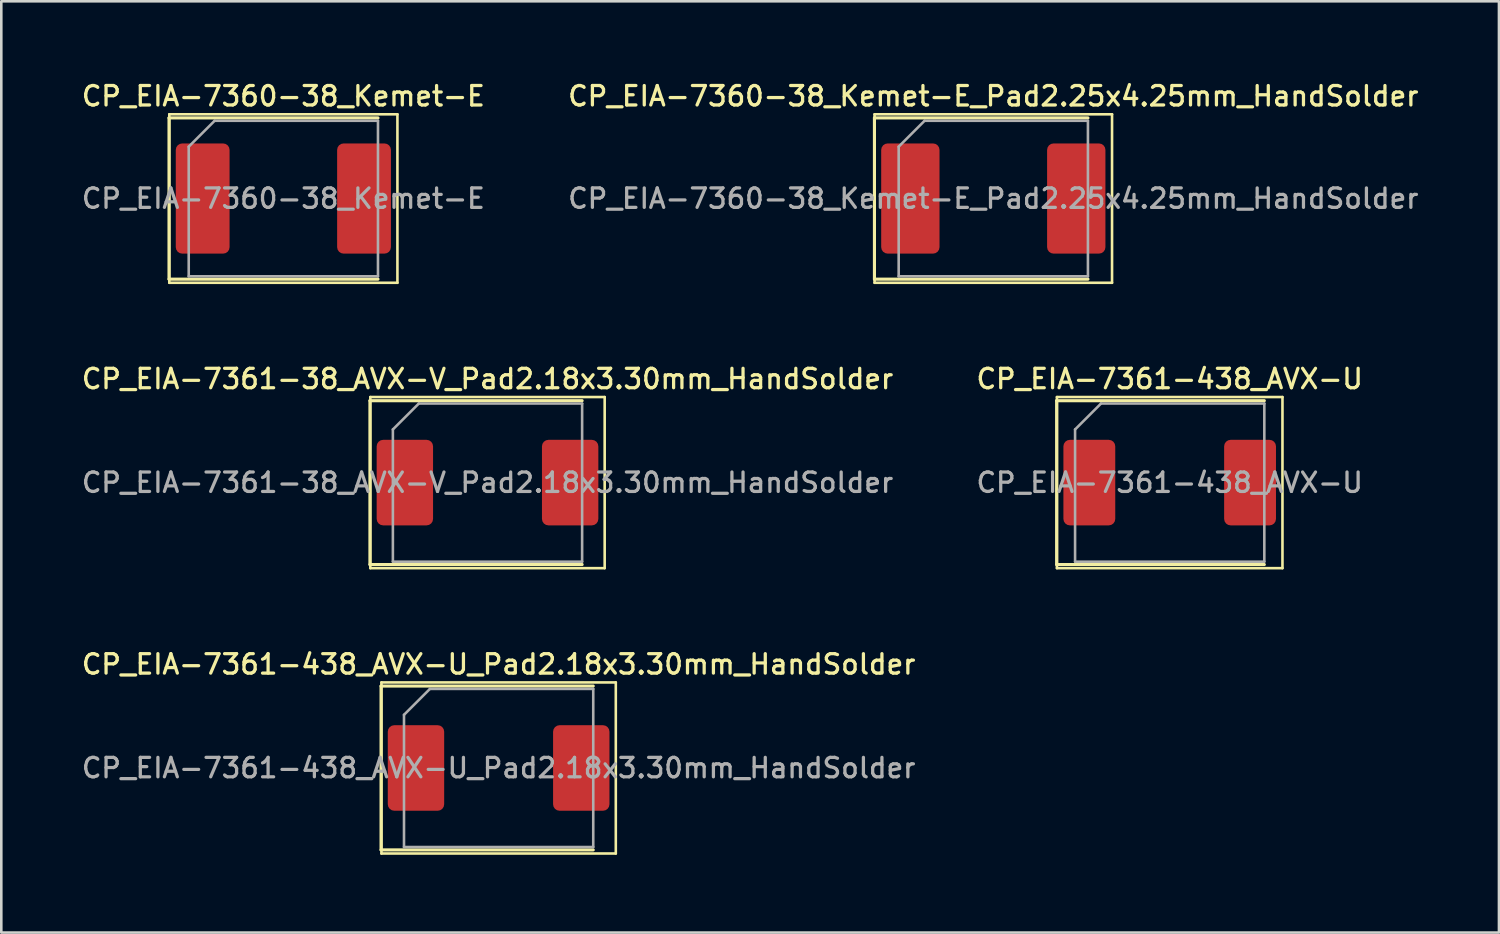
<source format=kicad_pcb>
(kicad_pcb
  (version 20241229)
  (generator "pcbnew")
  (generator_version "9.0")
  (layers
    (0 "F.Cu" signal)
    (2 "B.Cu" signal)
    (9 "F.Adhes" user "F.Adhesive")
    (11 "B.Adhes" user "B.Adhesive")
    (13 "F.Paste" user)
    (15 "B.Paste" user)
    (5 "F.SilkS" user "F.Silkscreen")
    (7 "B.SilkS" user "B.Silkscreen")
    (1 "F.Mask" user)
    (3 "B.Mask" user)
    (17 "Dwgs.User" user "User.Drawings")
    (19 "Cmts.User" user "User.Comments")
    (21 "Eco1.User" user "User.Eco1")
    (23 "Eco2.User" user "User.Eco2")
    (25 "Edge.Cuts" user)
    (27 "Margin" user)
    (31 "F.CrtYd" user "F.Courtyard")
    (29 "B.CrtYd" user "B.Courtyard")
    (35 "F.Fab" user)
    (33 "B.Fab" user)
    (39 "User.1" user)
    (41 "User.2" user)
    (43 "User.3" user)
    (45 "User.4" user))
  (footprint "CP_EIA-7361-438_AVX-U_Pad2.18x3.30mm_HandSolder"
    (layer "F.Cu")
    (at 16.184 26.574)
    (property "Reference" "CP_EIA-7361-438_AVX-U_Pad2.18x3.30mm_HandSolder" (at 0 -4 0) (layer "F.SilkS") (effects (font (size 0.75 0.75) (thickness 0.125))))
    (attr smd)
    (fp_line (start -4.535 -3.16) (end -4.535 3.16) (stroke (width 0.12) (type solid)) (layer "F.SilkS"))
    (fp_line (start -4.535 3.16) (end 3.65 3.16) (stroke (width 0.12) (type solid)) (layer "F.SilkS"))
    (fp_line (start -4.52 -3.3) (end 4.52 -3.3) (stroke (width 0.1) (type solid)) (layer "F.SilkS"))
    (fp_line (start -4.52 3.3) (end -4.52 -3.3) (stroke (width 0.1) (type solid)) (layer "F.SilkS"))
    (fp_line (start 3.65 -3.16) (end -4.535 -3.16) (stroke (width 0.12) (type solid)) (layer "F.SilkS"))
    (fp_line (start 4.52 -3.3) (end 4.52 3.3) (stroke (width 0.1) (type solid)) (layer "F.SilkS"))
    (fp_line (start 4.52 3.3) (end -4.52 3.3) (stroke (width 0.1) (type solid)) (layer "F.SilkS"))
    (fp_line (start -3.65 -2.05) (end -3.65 3.05) (stroke (width 0.1) (type solid)) (layer "F.Fab"))
    (fp_line (start -3.65 3.05) (end 3.65 3.05) (stroke (width 0.1) (type solid)) (layer "F.Fab"))
    (fp_line (start -2.65 -3.05) (end -3.65 -2.05) (stroke (width 0.1) (type solid)) (layer "F.Fab"))
    (fp_line (start 3.65 -3.05) (end -2.65 -3.05) (stroke (width 0.1) (type solid)) (layer "F.Fab"))
    (fp_line (start 3.65 3.05) (end 3.65 -3.05) (stroke (width 0.1) (type solid)) (layer "F.Fab"))
    (fp_text user "${REFERENCE}" (at 0 0 0) (layer "F.Fab") (effects (font (size 0.75 0.75) (thickness 0.125))))
    (pad "1" smd roundrect (at -3.188 0) (size 2.175 3.3) (layers "F.Cu" "F.Mask" "F.Paste") (roundrect_rratio 0.115))
    (pad "2" smd roundrect (at 3.188 0) (size 2.175 3.3) (layers "F.Cu" "F.Mask" "F.Paste") (roundrect_rratio 0.115)))
  (footprint "CP_EIA-7361-438_AVX-U"
    (layer "F.Cu")
    (at 42.07 15.566)
    (property "Reference" "CP_EIA-7361-438_AVX-U" (at 0 -4 0) (layer "F.SilkS") (effects (font (size 0.75 0.75) (thickness 0.125))))
    (attr smd)
    (fp_line (start -4.36 -3.16) (end -4.36 3.16) (stroke (width 0.12) (type solid)) (layer "F.SilkS"))
    (fp_line (start -4.36 3.16) (end 3.65 3.16) (stroke (width 0.12) (type solid)) (layer "F.SilkS"))
    (fp_line (start -4.35 -3.3) (end 4.35 -3.3) (stroke (width 0.1) (type solid)) (layer "F.SilkS"))
    (fp_line (start -4.35 3.3) (end -4.35 -3.3) (stroke (width 0.1) (type solid)) (layer "F.SilkS"))
    (fp_line (start 3.65 -3.16) (end -4.36 -3.16) (stroke (width 0.12) (type solid)) (layer "F.SilkS"))
    (fp_line (start 4.35 -3.3) (end 4.35 3.3) (stroke (width 0.1) (type solid)) (layer "F.SilkS"))
    (fp_line (start 4.35 3.3) (end -4.35 3.3) (stroke (width 0.1) (type solid)) (layer "F.SilkS"))
    (fp_line (start -3.65 -2.05) (end -3.65 3.05) (stroke (width 0.1) (type solid)) (layer "F.Fab"))
    (fp_line (start -3.65 3.05) (end 3.65 3.05) (stroke (width 0.1) (type solid)) (layer "F.Fab"))
    (fp_line (start -2.65 -3.05) (end -3.65 -2.05) (stroke (width 0.1) (type solid)) (layer "F.Fab"))
    (fp_line (start 3.65 -3.05) (end -2.65 -3.05) (stroke (width 0.1) (type solid)) (layer "F.Fab"))
    (fp_line (start 3.65 3.05) (end 3.65 -3.05) (stroke (width 0.1) (type solid)) (layer "F.Fab"))
    (fp_text user "${REFERENCE}" (at 0 0 0) (layer "F.Fab") (effects (font (size 0.75 0.75) (thickness 0.125))))
    (pad "1" smd roundrect (at -3.1 0) (size 2 3.3) (layers "F.Cu" "F.Mask" "F.Paste") (roundrect_rratio 0.125))
    (pad "2" smd roundrect (at 3.1 0) (size 2 3.3) (layers "F.Cu" "F.Mask" "F.Paste") (roundrect_rratio 0.125)))
  (footprint "CP_EIA-7360-38_Kemet-E"
    (layer "F.Cu")
    (at 7.88 4.608)
    (property "Reference" "CP_EIA-7360-38_Kemet-E" (at 0 -3.95 0) (layer "F.SilkS") (effects (font (size 0.75 0.75) (thickness 0.125))))
    (attr smd)
    (fp_line (start -4.41 -3.11) (end -4.41 3.11) (stroke (width 0.12) (type solid)) (layer "F.SilkS"))
    (fp_line (start -4.41 3.11) (end 3.65 3.11) (stroke (width 0.12) (type solid)) (layer "F.SilkS"))
    (fp_line (start -4.4 -3.25) (end 4.4 -3.25) (stroke (width 0.1) (type solid)) (layer "F.SilkS"))
    (fp_line (start -4.4 3.25) (end -4.4 -3.25) (stroke (width 0.1) (type solid)) (layer "F.SilkS"))
    (fp_line (start 3.65 -3.11) (end -4.41 -3.11) (stroke (width 0.12) (type solid)) (layer "F.SilkS"))
    (fp_line (start 4.4 -3.25) (end 4.4 3.25) (stroke (width 0.1) (type solid)) (layer "F.SilkS"))
    (fp_line (start 4.4 3.25) (end -4.4 3.25) (stroke (width 0.1) (type solid)) (layer "F.SilkS"))
    (fp_line (start -3.65 -2) (end -3.65 3) (stroke (width 0.1) (type solid)) (layer "F.Fab"))
    (fp_line (start -3.65 3) (end 3.65 3) (stroke (width 0.1) (type solid)) (layer "F.Fab"))
    (fp_line (start -2.65 -3) (end -3.65 -2) (stroke (width 0.1) (type solid)) (layer "F.Fab"))
    (fp_line (start 3.65 -3) (end -2.65 -3) (stroke (width 0.1) (type solid)) (layer "F.Fab"))
    (fp_line (start 3.65 3) (end 3.65 -3) (stroke (width 0.1) (type solid)) (layer "F.Fab"))
    (fp_text user "${REFERENCE}" (at 0 0 0) (layer "F.Fab") (effects (font (size 0.75 0.75) (thickness 0.125))))
    (pad "1" smd roundrect (at -3.112 0) (size 2.075 4.25) (layers "F.Cu" "F.Mask" "F.Paste") (roundrect_rratio 0.12))
    (pad "2" smd roundrect (at 3.112 0) (size 2.075 4.25) (layers "F.Cu" "F.Mask" "F.Paste") (roundrect_rratio 0.12)))
  (footprint "CP_EIA-7360-38_Kemet-E_Pad2.25x4.25mm_HandSolder"
    (layer "F.Cu")
    (at 35.266 4.608)
    (property "Reference" "CP_EIA-7360-38_Kemet-E_Pad2.25x4.25mm_HandSolder" (at 0 -3.95 0) (layer "F.SilkS") (effects (font (size 0.75 0.75) (thickness 0.125))))
    (attr smd)
    (fp_line (start -4.585 -3.11) (end -4.585 3.11) (stroke (width 0.12) (type solid)) (layer "F.SilkS"))
    (fp_line (start -4.585 3.11) (end 3.65 3.11) (stroke (width 0.12) (type solid)) (layer "F.SilkS"))
    (fp_line (start -4.58 -3.25) (end 4.58 -3.25) (stroke (width 0.1) (type solid)) (layer "F.SilkS"))
    (fp_line (start -4.58 3.25) (end -4.58 -3.25) (stroke (width 0.1) (type solid)) (layer "F.SilkS"))
    (fp_line (start 3.65 -3.11) (end -4.585 -3.11) (stroke (width 0.12) (type solid)) (layer "F.SilkS"))
    (fp_line (start 4.58 -3.25) (end 4.58 3.25) (stroke (width 0.1) (type solid)) (layer "F.SilkS"))
    (fp_line (start 4.58 3.25) (end -4.58 3.25) (stroke (width 0.1) (type solid)) (layer "F.SilkS"))
    (fp_line (start -3.65 -2) (end -3.65 3) (stroke (width 0.1) (type solid)) (layer "F.Fab"))
    (fp_line (start -3.65 3) (end 3.65 3) (stroke (width 0.1) (type solid)) (layer "F.Fab"))
    (fp_line (start -2.65 -3) (end -3.65 -2) (stroke (width 0.1) (type solid)) (layer "F.Fab"))
    (fp_line (start 3.65 -3) (end -2.65 -3) (stroke (width 0.1) (type solid)) (layer "F.Fab"))
    (fp_line (start 3.65 3) (end 3.65 -3) (stroke (width 0.1) (type solid)) (layer "F.Fab"))
    (fp_text user "${REFERENCE}" (at 0 0 0) (layer "F.Fab") (effects (font (size 0.75 0.75) (thickness 0.125))))
    (pad "1" smd roundrect (at -3.2 0) (size 2.25 4.25) (layers "F.Cu" "F.Mask" "F.Paste") (roundrect_rratio 0.111))
    (pad "2" smd roundrect (at 3.2 0) (size 2.25 4.25) (layers "F.Cu" "F.Mask" "F.Paste") (roundrect_rratio 0.111)))
  (footprint "CP_EIA-7361-38_AVX-V_Pad2.18x3.30mm_HandSolder"
    (layer "F.Cu")
    (at 15.755 15.566)
    (property "Reference" "CP_EIA-7361-38_AVX-V_Pad2.18x3.30mm_HandSolder" (at 0 -4 0) (layer "F.SilkS") (effects (font (size 0.75 0.75) (thickness 0.125))))
    (attr smd)
    (fp_line (start -4.535 -3.16) (end -4.535 3.16) (stroke (width 0.12) (type solid)) (layer "F.SilkS"))
    (fp_line (start -4.535 3.16) (end 3.65 3.16) (stroke (width 0.12) (type solid)) (layer "F.SilkS"))
    (fp_line (start -4.52 -3.3) (end 4.52 -3.3) (stroke (width 0.1) (type solid)) (layer "F.SilkS"))
    (fp_line (start -4.52 3.3) (end -4.52 -3.3) (stroke (width 0.1) (type solid)) (layer "F.SilkS"))
    (fp_line (start 3.65 -3.16) (end -4.535 -3.16) (stroke (width 0.12) (type solid)) (layer "F.SilkS"))
    (fp_line (start 4.52 -3.3) (end 4.52 3.3) (stroke (width 0.1) (type solid)) (layer "F.SilkS"))
    (fp_line (start 4.52 3.3) (end -4.52 3.3) (stroke (width 0.1) (type solid)) (layer "F.SilkS"))
    (fp_line (start -3.65 -2.05) (end -3.65 3.05) (stroke (width 0.1) (type solid)) (layer "F.Fab"))
    (fp_line (start -3.65 3.05) (end 3.65 3.05) (stroke (width 0.1) (type solid)) (layer "F.Fab"))
    (fp_line (start -2.65 -3.05) (end -3.65 -2.05) (stroke (width 0.1) (type solid)) (layer "F.Fab"))
    (fp_line (start 3.65 -3.05) (end -2.65 -3.05) (stroke (width 0.1) (type solid)) (layer "F.Fab"))
    (fp_line (start 3.65 3.05) (end 3.65 -3.05) (stroke (width 0.1) (type solid)) (layer "F.Fab"))
    (fp_text user "${REFERENCE}" (at 0 0 0) (layer "F.Fab") (effects (font (size 0.75 0.75) (thickness 0.125))))
    (pad "1" smd roundrect (at -3.188 0) (size 2.175 3.3) (layers "F.Cu" "F.Mask" "F.Paste") (roundrect_rratio 0.115))
    (pad "2" smd roundrect (at 3.188 0) (size 2.175 3.3) (layers "F.Cu" "F.Mask" "F.Paste") (roundrect_rratio 0.115)))
  (gr_rect
    (start -3 -3)
    (end 54.771 32.924)
    (stroke (width 0.1) (type default))
    (fill no)
    (layer "Edge.Cuts")))
</source>
